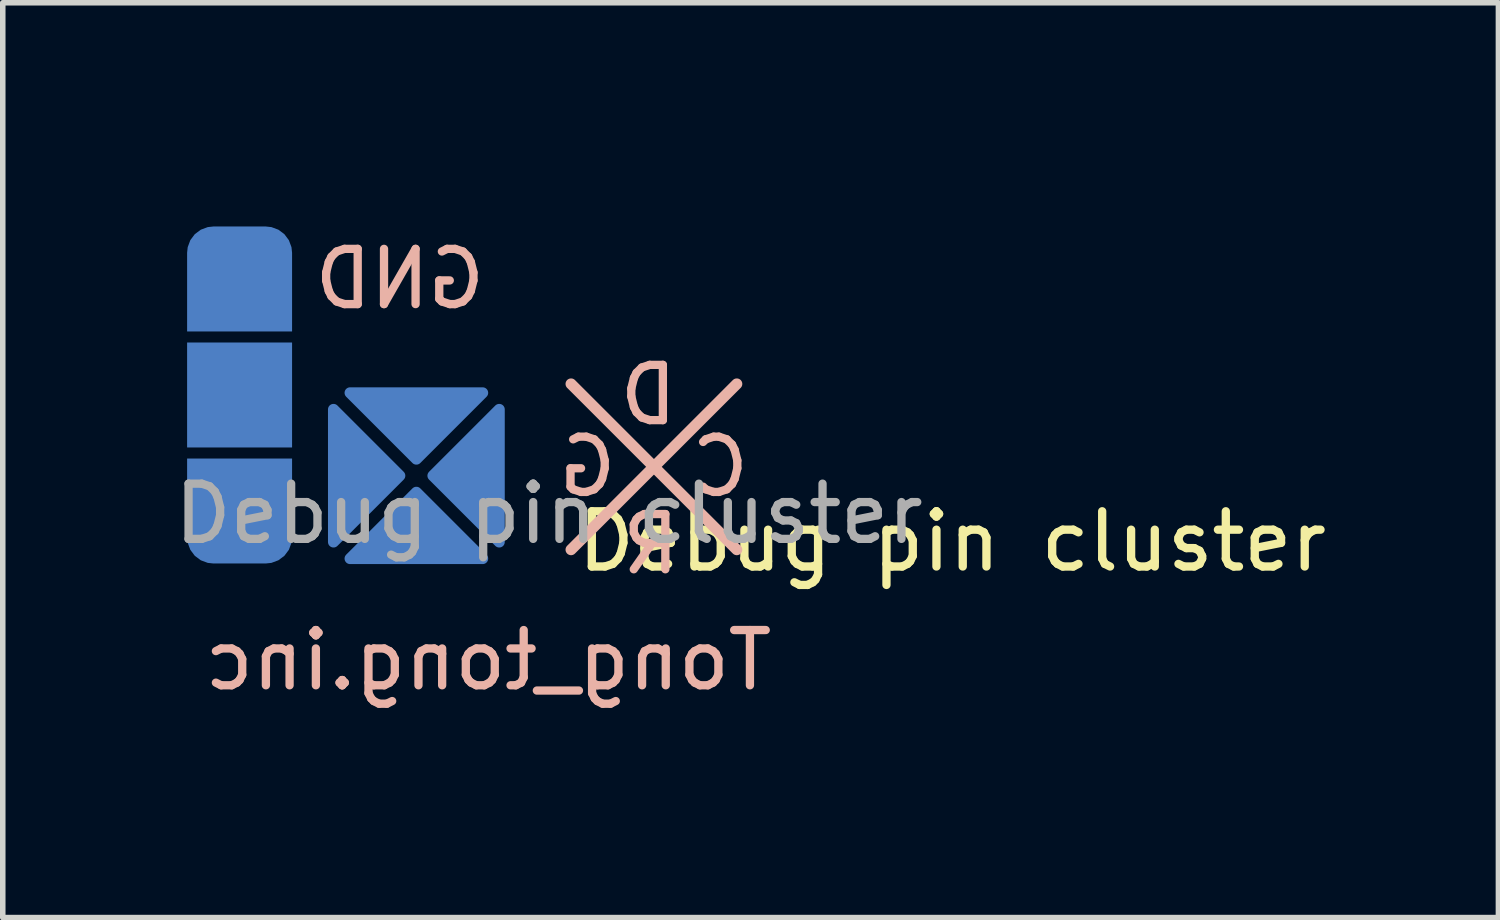
<source format=kicad_pcb>
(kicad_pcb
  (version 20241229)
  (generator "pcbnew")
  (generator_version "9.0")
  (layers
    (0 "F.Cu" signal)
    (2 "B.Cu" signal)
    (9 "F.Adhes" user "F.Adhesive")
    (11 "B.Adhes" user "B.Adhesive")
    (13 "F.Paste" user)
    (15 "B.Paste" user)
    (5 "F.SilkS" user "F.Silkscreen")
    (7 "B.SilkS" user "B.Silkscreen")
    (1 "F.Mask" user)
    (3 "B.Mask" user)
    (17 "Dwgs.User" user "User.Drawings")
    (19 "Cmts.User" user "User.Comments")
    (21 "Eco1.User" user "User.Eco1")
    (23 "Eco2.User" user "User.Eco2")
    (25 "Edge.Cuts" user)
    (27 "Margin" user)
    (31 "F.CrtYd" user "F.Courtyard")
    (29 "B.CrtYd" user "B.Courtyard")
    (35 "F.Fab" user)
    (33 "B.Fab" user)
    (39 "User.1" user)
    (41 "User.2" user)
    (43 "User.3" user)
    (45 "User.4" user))
  (footprint "Debug pin cluster"
    (layer "F.Cu")
    (at 11.487 0.25)
    (property "Reference" "Debug pin cluster" (at 2.7 6.5 0) (unlocked yes) (layer "F.SilkS") (effects (font (size 1 1) (thickness 0.15))))
    (attr smd)
    (fp_poly (pts (xy -7.3 5.311) (xy -8.5 6.511) (xy -8.5 4.111)) (stroke (width 0.2) (type solid)) (fill yes) (layer "B.Cu"))
    (fp_poly (pts (xy -7 5.011) (xy -8.2 3.811) (xy -5.8 3.811)) (stroke (width 0.2) (type solid)) (fill yes) (layer "B.Cu"))
    (fp_poly (pts (xy -7 5.611) (xy -5.8 6.811) (xy -8.2 6.811)) (stroke (width 0.2) (type solid)) (fill yes) (layer "B.Cu"))
    (fp_poly (pts (xy -6.7 5.311) (xy -5.5 4.111) (xy -5.5 6.511)) (stroke (width 0.2) (type solid)) (fill yes) (layer "B.Cu"))
    (fp_poly (pts (xy -7.3 5.311) (xy -8.5 6.511) (xy -8.5 4.111)) (stroke (width 0.2) (type solid)) (fill yes) (layer "B.Mask"))
    (fp_poly (pts (xy -7 5.011) (xy -8.2 3.811) (xy -5.8 3.811)) (stroke (width 0.2) (type solid)) (fill yes) (layer "B.Mask"))
    (fp_poly (pts (xy -7 5.611) (xy -5.8 6.811) (xy -8.2 6.811)) (stroke (width 0.2) (type solid)) (fill yes) (layer "B.Mask"))
    (fp_poly (pts (xy -6.7 5.311) (xy -5.5 4.111) (xy -5.5 6.511)) (stroke (width 0.2) (type solid)) (fill yes) (layer "B.Mask"))
    (fp_line (start -4.2 6.65) (end -1.2 3.65) (stroke (width 0.2) (type solid)) (layer "B.SilkS"))
    (fp_line (start -1.2 6.65) (end -4.2 3.65) (stroke (width 0.2) (type solid)) (layer "B.SilkS"))
    (fp_poly (pts (xy -7.3 5.311) (xy -8.5 6.511) (xy -8.5 4.111)) (stroke (width 0.2) (type solid)) (fill yes) (layer "B.Paste"))
    (fp_poly (pts (xy -7 5.011) (xy -8.2 3.811) (xy -5.8 3.811)) (stroke (width 0.2) (type solid)) (fill yes) (layer "B.Paste"))
    (fp_poly (pts (xy -7 5.611) (xy -5.8 6.811) (xy -8.2 6.811)) (stroke (width 0.2) (type solid)) (fill yes) (layer "B.Paste"))
    (fp_poly (pts (xy -6.7 5.311) (xy -5.5 4.111) (xy -5.5 6.511)) (stroke (width 0.2) (type solid)) (fill yes) (layer "B.Paste"))
    (fp_rect (start -11.4 0) (end 0 10.25) (stroke (width 0.12) (type solid)) (fill no) (layer "Margin"))
    (fp_text user "D" (at -2.8 3.85 0) (unlocked yes) (layer "B.SilkS") (effects (font (size 1 1) (thickness 0.15)) (justify mirror)))
    (fp_text user "Tong_tong.inc" (at -5.7 8.65 0) (unlocked yes) (layer "B.SilkS") (effects (font (size 1 1) (thickness 0.15)) (justify mirror)))
    (fp_text user "GND" (at -7.3 1.75 0) (unlocked yes) (layer "B.SilkS") (effects (font (size 1 1) (thickness 0.15)) (justify mirror)))
    (fp_text user "C" (at -1.5 5.15 0) (unlocked yes) (layer "B.SilkS") (effects (font (size 1 1) (thickness 0.15)) (justify mirror)))
    (fp_text user "R" (at -2.755 6.55 0) (unlocked yes) (layer "B.SilkS") (effects (font (size 1 1) (thickness 0.15)) (justify mirror)))
    (fp_text user "G" (at -3.9 5.15 0) (unlocked yes) (layer "B.SilkS") (effects (font (size 1 1) (thickness 0.15)) (justify mirror)))
    (fp_text user "${REFERENCE}" (at -4.6 6 0) (unlocked yes) (layer "F.Fab") (effects (font (size 1 1) (thickness 0.15))))
    (pad "1" smd roundrect (at -10.2 1.75) (size 1.9 1.9) (layers "B.Cu" "B.Mask" "B.Paste") (roundrect_rratio 0.25) (chamfer_ratio 0) (chamfer bottom_left bottom_right))
    (pad "2" smd roundrect (at -10.2 3.85 180) (size 1.9 1.9) (layers "B.Cu" "B.Mask" "B.Paste") (roundrect_rratio 0.25) (chamfer_ratio 0) (chamfer top_left top_right bottom_left bottom_right))
    (pad "3" smd roundrect (at -10.2 5.95 180) (size 1.9 1.9) (layers "B.Cu" "B.Mask" "B.Paste") (roundrect_rratio 0.25) (chamfer_ratio 0) (chamfer bottom_left bottom_right))
    (pad "4" smd roundrect (at -7 4.211 180) (size 0.5 0.5) (layers "B.Cu" "B.Mask" "B.Paste") (roundrect_rratio 0.25) (chamfer_ratio 0) (chamfer top_left top_right bottom_left bottom_right))
    (pad "5" smd roundrect (at -5.9 5.311 180) (size 0.5 0.5) (layers "B.Cu" "B.Mask" "B.Paste") (roundrect_rratio 0.25) (chamfer_ratio 0) (chamfer top_left top_right bottom_left bottom_right))
    (pad "6" smd roundrect (at -7 6.311 180) (size 0.5 0.5) (layers "B.Cu" "B.Mask" "B.Paste") (roundrect_rratio 0.25) (chamfer_ratio 0) (chamfer top_left top_right bottom_left bottom_right))
    (pad "7" smd roundrect (at -8.1 5.311 180) (size 0.5 0.5) (layers "B.Cu" "B.Mask" "B.Paste") (roundrect_rratio 0.25) (chamfer_ratio 0) (chamfer top_left top_right bottom_left bottom_right)))
  (gr_rect
    (start -3 -3)
    (end 24.074 13.56)
    (stroke (width 0.1) (type default))
    (fill no)
    (layer "Edge.Cuts")))
</source>
